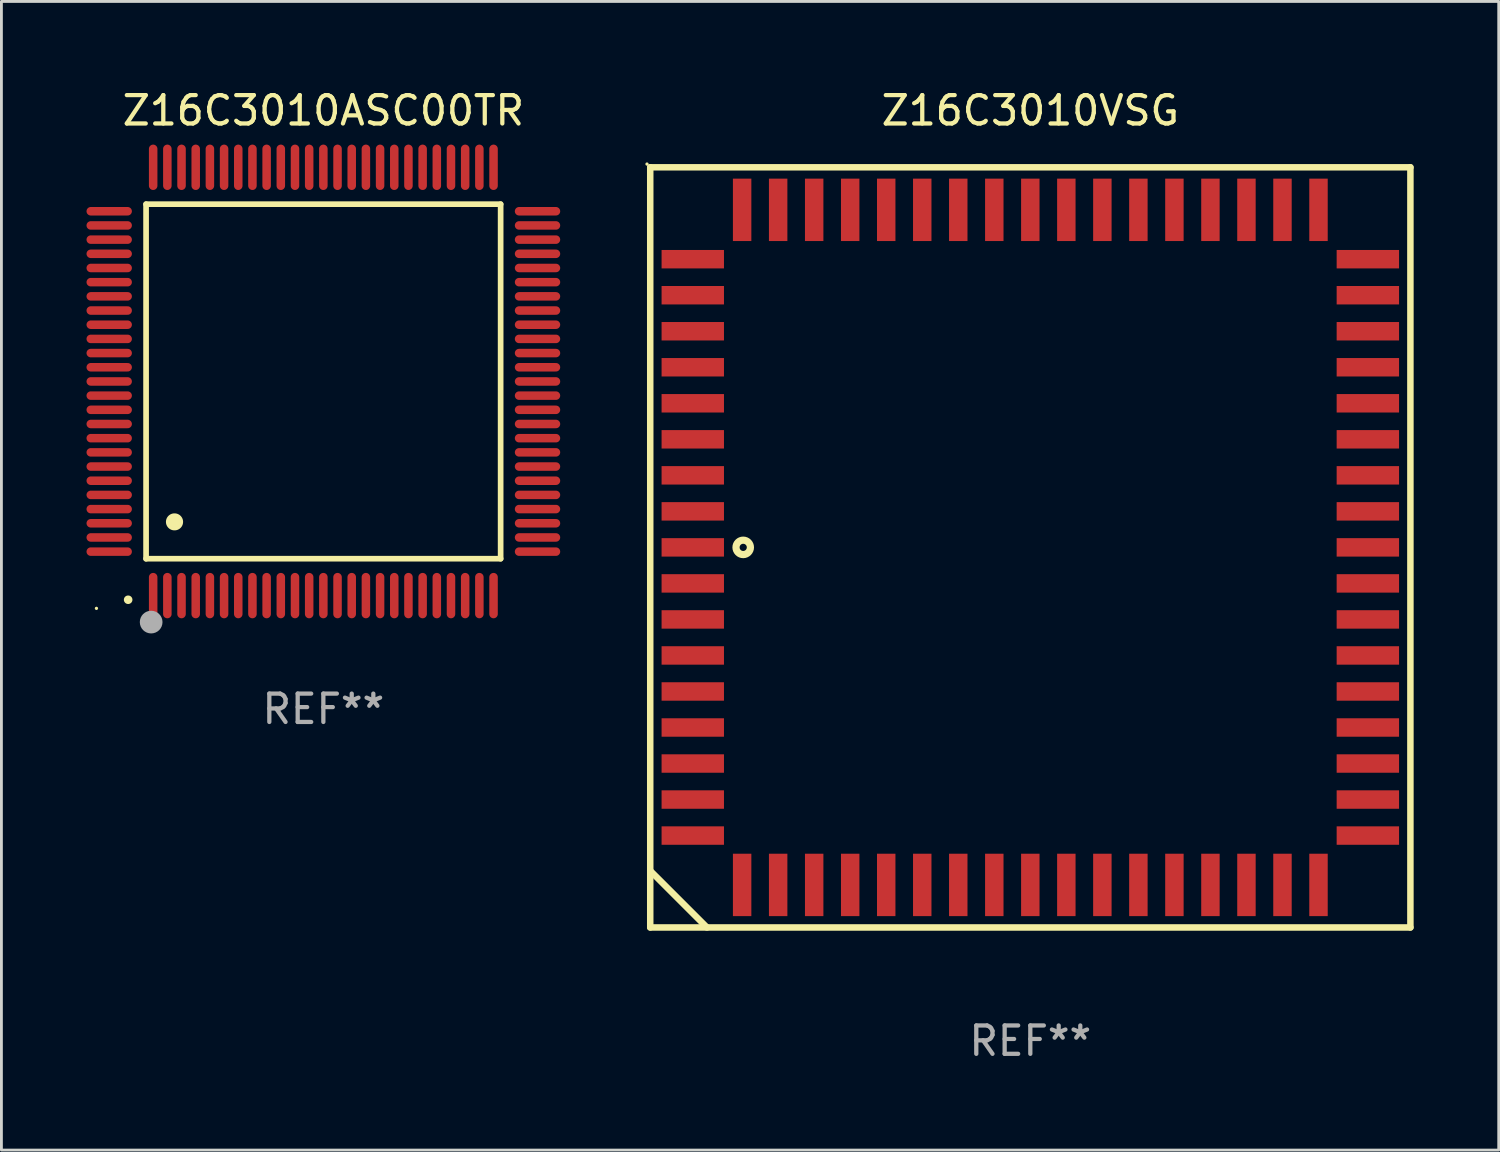
<source format=kicad_pcb>
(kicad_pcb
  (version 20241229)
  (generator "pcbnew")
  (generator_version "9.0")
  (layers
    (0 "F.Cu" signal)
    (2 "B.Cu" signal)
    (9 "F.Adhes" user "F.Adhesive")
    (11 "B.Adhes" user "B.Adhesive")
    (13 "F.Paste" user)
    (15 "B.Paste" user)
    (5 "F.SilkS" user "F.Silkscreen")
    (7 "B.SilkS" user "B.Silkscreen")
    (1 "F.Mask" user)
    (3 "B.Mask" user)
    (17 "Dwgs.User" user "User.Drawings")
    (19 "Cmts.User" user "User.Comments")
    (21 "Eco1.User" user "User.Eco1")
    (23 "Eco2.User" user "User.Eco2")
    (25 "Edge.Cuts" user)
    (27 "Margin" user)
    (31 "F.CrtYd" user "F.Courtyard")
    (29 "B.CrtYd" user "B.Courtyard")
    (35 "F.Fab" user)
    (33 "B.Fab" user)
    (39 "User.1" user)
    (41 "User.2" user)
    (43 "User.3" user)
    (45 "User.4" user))
  (footprint "Z16C3010VSG"
    (layer "F.Cu")
    (at 33.274 16.248)
    (property "Reference" "Z16C3010VSG" (at 0 -15.4 0) (layer "F.SilkS") (effects (font (size 1 1) (thickness 0.15))))
    (attr through_hole)
    (fp_line (start -13.4 -13.4) (end -13.4 13.4) (stroke (width 0.229) (type solid)) (layer "F.SilkS"))
    (fp_line (start -13.4 11.4) (end -11.4 13.4) (stroke (width 0.229) (type solid)) (layer "F.SilkS"))
    (fp_line (start -13.4 13.4) (end 13.4 13.4) (stroke (width 0.229) (type solid)) (layer "F.SilkS"))
    (fp_line (start 13.4 -13.4) (end -13.4 -13.4) (stroke (width 0.229) (type solid)) (layer "F.SilkS"))
    (fp_line (start 13.4 13.4) (end 13.4 -13.4) (stroke (width 0.229) (type solid)) (layer "F.SilkS"))
    (fp_circle (center -13.514 -13.514) (end -13.484 -13.514) (stroke (width 0.06) (type solid)) (fill no) (layer "F.SilkS"))
    (fp_circle (center -10.122 -0.000076) (end -9.868 -0.000076) (stroke (width 0.254) (type solid)) (fill no) (layer "F.SilkS"))
    (fp_text user "REF**" (at 0 17.4 0) (layer "F.Fab") (effects (font (size 1 1) (thickness 0.15))))
    (pad "1" smd rect (at -11.9 -0.000076 270) (size 0.65 2.2) (layers "F.Cu" "F.Mask" "F.Paste"))
    (pad "2" smd rect (at -11.9 1.27 270) (size 0.65 2.2) (layers "F.Cu" "F.Mask" "F.Paste"))
    (pad "3" smd rect (at -11.9 2.54 270) (size 0.65 2.2) (layers "F.Cu" "F.Mask" "F.Paste"))
    (pad "4" smd rect (at -11.9 3.81 270) (size 0.65 2.2) (layers "F.Cu" "F.Mask" "F.Paste"))
    (pad "5" smd rect (at -11.9 5.08 270) (size 0.65 2.2) (layers "F.Cu" "F.Mask" "F.Paste"))
    (pad "6" smd rect (at -11.9 6.35 270) (size 0.65 2.2) (layers "F.Cu" "F.Mask" "F.Paste"))
    (pad "7" smd rect (at -11.9 7.62 270) (size 0.65 2.2) (layers "F.Cu" "F.Mask" "F.Paste"))
    (pad "8" smd rect (at -11.9 8.89 270) (size 0.65 2.2) (layers "F.Cu" "F.Mask" "F.Paste"))
    (pad "9" smd rect (at -11.9 10.16 270) (size 0.65 2.2) (layers "F.Cu" "F.Mask" "F.Paste"))
    (pad "10" smd rect (at -10.16 11.9 270) (size 2.2 0.65) (layers "F.Cu" "F.Mask" "F.Paste"))
    (pad "11" smd rect (at -8.89 11.9 270) (size 2.2 0.65) (layers "F.Cu" "F.Mask" "F.Paste"))
    (pad "12" smd rect (at -7.62 11.9 270) (size 2.2 0.65) (layers "F.Cu" "F.Mask" "F.Paste"))
    (pad "13" smd rect (at -6.35 11.9 270) (size 2.2 0.65) (layers "F.Cu" "F.Mask" "F.Paste"))
    (pad "14" smd rect (at -5.08 11.9 270) (size 2.2 0.65) (layers "F.Cu" "F.Mask" "F.Paste"))
    (pad "15" smd rect (at -3.81 11.9 270) (size 2.2 0.65) (layers "F.Cu" "F.Mask" "F.Paste"))
    (pad "16" smd rect (at -2.54 11.9 270) (size 2.2 0.65) (layers "F.Cu" "F.Mask" "F.Paste"))
    (pad "17" smd rect (at -1.27 11.9 270) (size 2.2 0.65) (layers "F.Cu" "F.Mask" "F.Paste"))
    (pad "18" smd rect (at 0 11.9 270) (size 2.2 0.65) (layers "F.Cu" "F.Mask" "F.Paste"))
    (pad "19" smd rect (at 1.27 11.9 270) (size 2.2 0.65) (layers "F.Cu" "F.Mask" "F.Paste"))
    (pad "20" smd rect (at 2.54 11.9 270) (size 2.2 0.65) (layers "F.Cu" "F.Mask" "F.Paste"))
    (pad "21" smd rect (at 3.81 11.9 270) (size 2.2 0.65) (layers "F.Cu" "F.Mask" "F.Paste"))
    (pad "22" smd rect (at 5.08 11.9 270) (size 2.2 0.65) (layers "F.Cu" "F.Mask" "F.Paste"))
    (pad "23" smd rect (at 6.35 11.9 270) (size 2.2 0.65) (layers "F.Cu" "F.Mask" "F.Paste"))
    (pad "24" smd rect (at 7.62 11.9 270) (size 2.2 0.65) (layers "F.Cu" "F.Mask" "F.Paste"))
    (pad "25" smd rect (at 8.89 11.9 270) (size 2.2 0.65) (layers "F.Cu" "F.Mask" "F.Paste"))
    (pad "26" smd rect (at 10.16 11.9 270) (size 2.2 0.65) (layers "F.Cu" "F.Mask" "F.Paste"))
    (pad "27" smd rect (at 11.9 10.16 270) (size 0.65 2.2) (layers "F.Cu" "F.Mask" "F.Paste"))
    (pad "28" smd rect (at 11.9 8.89 270) (size 0.65 2.2) (layers "F.Cu" "F.Mask" "F.Paste"))
    (pad "29" smd rect (at 11.9 7.62 270) (size 0.65 2.2) (layers "F.Cu" "F.Mask" "F.Paste"))
    (pad "30" smd rect (at 11.9 6.35 270) (size 0.65 2.2) (layers "F.Cu" "F.Mask" "F.Paste"))
    (pad "31" smd rect (at 11.9 5.08 270) (size 0.65 2.2) (layers "F.Cu" "F.Mask" "F.Paste"))
    (pad "32" smd rect (at 11.9 3.81 270) (size 0.65 2.2) (layers "F.Cu" "F.Mask" "F.Paste"))
    (pad "33" smd rect (at 11.9 2.54 270) (size 0.65 2.2) (layers "F.Cu" "F.Mask" "F.Paste"))
    (pad "34" smd rect (at 11.9 1.27 270) (size 0.65 2.2) (layers "F.Cu" "F.Mask" "F.Paste"))
    (pad "35" smd rect (at 11.9 -0.000076 270) (size 0.65 2.2) (layers "F.Cu" "F.Mask" "F.Paste"))
    (pad "36" smd rect (at 11.9 -1.27 270) (size 0.65 2.2) (layers "F.Cu" "F.Mask" "F.Paste"))
    (pad "37" smd rect (at 11.9 -2.54 270) (size 0.65 2.2) (layers "F.Cu" "F.Mask" "F.Paste"))
    (pad "38" smd rect (at 11.9 -3.81 270) (size 0.65 2.2) (layers "F.Cu" "F.Mask" "F.Paste"))
    (pad "39" smd rect (at 11.9 -5.08 270) (size 0.65 2.2) (layers "F.Cu" "F.Mask" "F.Paste"))
    (pad "40" smd rect (at 11.9 -6.35 270) (size 0.65 2.2) (layers "F.Cu" "F.Mask" "F.Paste"))
    (pad "41" smd rect (at 11.9 -7.62 270) (size 0.65 2.2) (layers "F.Cu" "F.Mask" "F.Paste"))
    (pad "42" smd rect (at 11.9 -8.89 270) (size 0.65 2.2) (layers "F.Cu" "F.Mask" "F.Paste"))
    (pad "43" smd rect (at 11.9 -10.16 270) (size 0.65 2.2) (layers "F.Cu" "F.Mask" "F.Paste"))
    (pad "44" smd rect (at 10.16 -11.9 270) (size 2.2 0.65) (layers "F.Cu" "F.Mask" "F.Paste"))
    (pad "45" smd rect (at 8.89 -11.9 270) (size 2.2 0.65) (layers "F.Cu" "F.Mask" "F.Paste"))
    (pad "46" smd rect (at 7.62 -11.9 270) (size 2.2 0.65) (layers "F.Cu" "F.Mask" "F.Paste"))
    (pad "47" smd rect (at 6.35 -11.9 270) (size 2.2 0.65) (layers "F.Cu" "F.Mask" "F.Paste"))
    (pad "48" smd rect (at 5.08 -11.9 270) (size 2.2 0.65) (layers "F.Cu" "F.Mask" "F.Paste"))
    (pad "49" smd rect (at 3.81 -11.9 270) (size 2.2 0.65) (layers "F.Cu" "F.Mask" "F.Paste"))
    (pad "50" smd rect (at 2.54 -11.9 270) (size 2.2 0.65) (layers "F.Cu" "F.Mask" "F.Paste"))
    (pad "51" smd rect (at 1.27 -11.9 270) (size 2.2 0.65) (layers "F.Cu" "F.Mask" "F.Paste"))
    (pad "52" smd rect (at 0 -11.9 270) (size 2.2 0.65) (layers "F.Cu" "F.Mask" "F.Paste"))
    (pad "53" smd rect (at -1.27 -11.9 270) (size 2.2 0.65) (layers "F.Cu" "F.Mask" "F.Paste"))
    (pad "54" smd rect (at -2.54 -11.9 270) (size 2.2 0.65) (layers "F.Cu" "F.Mask" "F.Paste"))
    (pad "55" smd rect (at -3.81 -11.9 270) (size 2.2 0.65) (layers "F.Cu" "F.Mask" "F.Paste"))
    (pad "56" smd rect (at -5.08 -11.9 270) (size 2.2 0.65) (layers "F.Cu" "F.Mask" "F.Paste"))
    (pad "57" smd rect (at -6.35 -11.9 270) (size 2.2 0.65) (layers "F.Cu" "F.Mask" "F.Paste"))
    (pad "58" smd rect (at -7.62 -11.9 270) (size 2.2 0.65) (layers "F.Cu" "F.Mask" "F.Paste"))
    (pad "59" smd rect (at -8.89 -11.9 270) (size 2.2 0.65) (layers "F.Cu" "F.Mask" "F.Paste"))
    (pad "60" smd rect (at -10.16 -11.9 270) (size 2.2 0.65) (layers "F.Cu" "F.Mask" "F.Paste"))
    (pad "61" smd rect (at -11.9 -10.16 270) (size 0.65 2.2) (layers "F.Cu" "F.Mask" "F.Paste"))
    (pad "62" smd rect (at -11.9 -8.89 270) (size 0.65 2.2) (layers "F.Cu" "F.Mask" "F.Paste"))
    (pad "63" smd rect (at -11.9 -7.62 270) (size 0.65 2.2) (layers "F.Cu" "F.Mask" "F.Paste"))
    (pad "64" smd rect (at -11.9 -6.35 270) (size 0.65 2.2) (layers "F.Cu" "F.Mask" "F.Paste"))
    (pad "65" smd rect (at -11.9 -5.08 270) (size 0.65 2.2) (layers "F.Cu" "F.Mask" "F.Paste"))
    (pad "66" smd rect (at -11.9 -3.81 270) (size 0.65 2.2) (layers "F.Cu" "F.Mask" "F.Paste"))
    (pad "67" smd rect (at -11.9 -2.54 270) (size 0.65 2.2) (layers "F.Cu" "F.Mask" "F.Paste"))
    (pad "68" smd rect (at -11.9 -1.27 270) (size 0.65 2.2) (layers "F.Cu" "F.Mask" "F.Paste")))
  (footprint "Z16C3010ASC00TR"
    (layer "F.Cu")
    (at 8.35 10.398)
    (property "Reference" "Z16C3010ASC00TR" (at 0 -9.55 0) (layer "F.SilkS") (effects (font (size 1 1) (thickness 0.15))))
    (attr through_hole)
    (fp_line (start -6.25 -6.25) (end -6.25 6.25) (stroke (width 0.2) (type solid)) (layer "F.SilkS"))
    (fp_line (start -6.25 6.25) (end 6.25 6.25) (stroke (width 0.2) (type solid)) (layer "F.SilkS"))
    (fp_line (start 6.25 -6.25) (end -6.25 -6.25) (stroke (width 0.2) (type solid)) (layer "F.SilkS"))
    (fp_line (start 6.25 6.25) (end 6.25 -6.25) (stroke (width 0.2) (type solid)) (layer "F.SilkS"))
    (fp_arc (start -6.883414 7.696215) (mid -6.882144 7.69621) (end -6.880874 7.696215) (stroke (width 0.3) (type solid)) (layer "F.SilkS"))
    (fp_arc (start -5.250191 4.95047) (mid -5.247651 4.950459) (end -5.245111 4.95047) (stroke (width 0.6) (type solid)) (layer "F.SilkS"))
    (fp_circle (center -8 8) (end -7.97 8) (stroke (width 0.06) (type solid)) (fill no) (layer "F.SilkS"))
    (fp_circle (center -6.071 8.484) (end -5.871 8.484) (stroke (width 0.4) (type solid)) (fill no) (layer "F.Fab"))
    (fp_text user "REF**" (at 0 11.55 0) (layer "F.Fab") (effects (font (size 1 1) (thickness 0.15))))
    (pad "1" smd oval (at -6 7.55) (size 0.3 1.6) (layers "F.Cu" "F.Mask" "F.Paste"))
    (pad "2" smd oval (at -5.5 7.55) (size 0.3 1.6) (layers "F.Cu" "F.Mask" "F.Paste"))
    (pad "3" smd oval (at -5 7.55) (size 0.3 1.6) (layers "F.Cu" "F.Mask" "F.Paste"))
    (pad "4" smd oval (at -4.5 7.55) (size 0.3 1.6) (layers "F.Cu" "F.Mask" "F.Paste"))
    (pad "5" smd oval (at -4 7.55) (size 0.3 1.6) (layers "F.Cu" "F.Mask" "F.Paste"))
    (pad "6" smd oval (at -3.5 7.55) (size 0.3 1.6) (layers "F.Cu" "F.Mask" "F.Paste"))
    (pad "7" smd oval (at -3 7.55) (size 0.3 1.6) (layers "F.Cu" "F.Mask" "F.Paste"))
    (pad "8" smd oval (at -2.5 7.55) (size 0.3 1.6) (layers "F.Cu" "F.Mask" "F.Paste"))
    (pad "9" smd oval (at -2 7.55) (size 0.3 1.6) (layers "F.Cu" "F.Mask" "F.Paste"))
    (pad "10" smd oval (at -1.5 7.55) (size 0.3 1.6) (layers "F.Cu" "F.Mask" "F.Paste"))
    (pad "11" smd oval (at -1 7.55) (size 0.3 1.6) (layers "F.Cu" "F.Mask" "F.Paste"))
    (pad "12" smd oval (at -0.5 7.55) (size 0.3 1.6) (layers "F.Cu" "F.Mask" "F.Paste"))
    (pad "13" smd oval (at 0 7.55) (size 0.3 1.6) (layers "F.Cu" "F.Mask" "F.Paste"))
    (pad "14" smd oval (at 0.5 7.55) (size 0.3 1.6) (layers "F.Cu" "F.Mask" "F.Paste"))
    (pad "15" smd oval (at 1 7.55) (size 0.3 1.6) (layers "F.Cu" "F.Mask" "F.Paste"))
    (pad "16" smd oval (at 1.5 7.55) (size 0.3 1.6) (layers "F.Cu" "F.Mask" "F.Paste"))
    (pad "17" smd oval (at 2 7.55) (size 0.3 1.6) (layers "F.Cu" "F.Mask" "F.Paste"))
    (pad "18" smd oval (at 2.5 7.55) (size 0.3 1.6) (layers "F.Cu" "F.Mask" "F.Paste"))
    (pad "19" smd oval (at 3 7.55) (size 0.3 1.6) (layers "F.Cu" "F.Mask" "F.Paste"))
    (pad "20" smd oval (at 3.5 7.55) (size 0.3 1.6) (layers "F.Cu" "F.Mask" "F.Paste"))
    (pad "21" smd oval (at 4 7.55) (size 0.3 1.6) (layers "F.Cu" "F.Mask" "F.Paste"))
    (pad "22" smd oval (at 4.5 7.55) (size 0.3 1.6) (layers "F.Cu" "F.Mask" "F.Paste"))
    (pad "23" smd oval (at 5 7.55) (size 0.3 1.6) (layers "F.Cu" "F.Mask" "F.Paste"))
    (pad "24" smd oval (at 5.5 7.55) (size 0.3 1.6) (layers "F.Cu" "F.Mask" "F.Paste"))
    (pad "25" smd oval (at 6 7.55) (size 0.3 1.6) (layers "F.Cu" "F.Mask" "F.Paste"))
    (pad "26" smd oval (at 7.55 6) (size 1.6 0.3) (layers "F.Cu" "F.Mask" "F.Paste"))
    (pad "27" smd oval (at 7.55 5.5) (size 1.6 0.3) (layers "F.Cu" "F.Mask" "F.Paste"))
    (pad "28" smd oval (at 7.55 5) (size 1.6 0.3) (layers "F.Cu" "F.Mask" "F.Paste"))
    (pad "29" smd oval (at 7.55 4.5) (size 1.6 0.3) (layers "F.Cu" "F.Mask" "F.Paste"))
    (pad "30" smd oval (at 7.55 4) (size 1.6 0.3) (layers "F.Cu" "F.Mask" "F.Paste"))
    (pad "31" smd oval (at 7.55 3.5) (size 1.6 0.3) (layers "F.Cu" "F.Mask" "F.Paste"))
    (pad "32" smd oval (at 7.55 3) (size 1.6 0.3) (layers "F.Cu" "F.Mask" "F.Paste"))
    (pad "33" smd oval (at 7.55 2.5) (size 1.6 0.3) (layers "F.Cu" "F.Mask" "F.Paste"))
    (pad "34" smd oval (at 7.55 2) (size 1.6 0.3) (layers "F.Cu" "F.Mask" "F.Paste"))
    (pad "35" smd oval (at 7.55 1.5) (size 1.6 0.3) (layers "F.Cu" "F.Mask" "F.Paste"))
    (pad "36" smd oval (at 7.55 1) (size 1.6 0.3) (layers "F.Cu" "F.Mask" "F.Paste"))
    (pad "37" smd oval (at 7.55 0.5) (size 1.6 0.3) (layers "F.Cu" "F.Mask" "F.Paste"))
    (pad "38" smd oval (at 7.55 0) (size 1.6 0.3) (layers "F.Cu" "F.Mask" "F.Paste"))
    (pad "39" smd oval (at 7.55 -0.5) (size 1.6 0.3) (layers "F.Cu" "F.Mask" "F.Paste"))
    (pad "40" smd oval (at 7.55 -1) (size 1.6 0.3) (layers "F.Cu" "F.Mask" "F.Paste"))
    (pad "41" smd oval (at 7.55 -1.5) (size 1.6 0.3) (layers "F.Cu" "F.Mask" "F.Paste"))
    (pad "42" smd oval (at 7.55 -2) (size 1.6 0.3) (layers "F.Cu" "F.Mask" "F.Paste"))
    (pad "43" smd oval (at 7.55 -2.5) (size 1.6 0.3) (layers "F.Cu" "F.Mask" "F.Paste"))
    (pad "44" smd oval (at 7.55 -3) (size 1.6 0.3) (layers "F.Cu" "F.Mask" "F.Paste"))
    (pad "45" smd oval (at 7.55 -3.5) (size 1.6 0.3) (layers "F.Cu" "F.Mask" "F.Paste"))
    (pad "46" smd oval (at 7.55 -4) (size 1.6 0.3) (layers "F.Cu" "F.Mask" "F.Paste"))
    (pad "47" smd oval (at 7.55 -4.5) (size 1.6 0.3) (layers "F.Cu" "F.Mask" "F.Paste"))
    (pad "48" smd oval (at 7.55 -5) (size 1.6 0.3) (layers "F.Cu" "F.Mask" "F.Paste"))
    (pad "49" smd oval (at 7.55 -5.5) (size 1.6 0.3) (layers "F.Cu" "F.Mask" "F.Paste"))
    (pad "50" smd oval (at 7.55 -6) (size 1.6 0.3) (layers "F.Cu" "F.Mask" "F.Paste"))
    (pad "51" smd oval (at 6 -7.55) (size 0.3 1.6) (layers "F.Cu" "F.Mask" "F.Paste"))
    (pad "52" smd oval (at 5.5 -7.55) (size 0.3 1.6) (layers "F.Cu" "F.Mask" "F.Paste"))
    (pad "53" smd oval (at 5 -7.55) (size 0.3 1.6) (layers "F.Cu" "F.Mask" "F.Paste"))
    (pad "54" smd oval (at 4.5 -7.55) (size 0.3 1.6) (layers "F.Cu" "F.Mask" "F.Paste"))
    (pad "55" smd oval (at 4 -7.55) (size 0.3 1.6) (layers "F.Cu" "F.Mask" "F.Paste"))
    (pad "56" smd oval (at 3.5 -7.55) (size 0.3 1.6) (layers "F.Cu" "F.Mask" "F.Paste"))
    (pad "57" smd oval (at 3 -7.55) (size 0.3 1.6) (layers "F.Cu" "F.Mask" "F.Paste"))
    (pad "58" smd oval (at 2.5 -7.55) (size 0.3 1.6) (layers "F.Cu" "F.Mask" "F.Paste"))
    (pad "59" smd oval (at 2 -7.55) (size 0.3 1.6) (layers "F.Cu" "F.Mask" "F.Paste"))
    (pad "60" smd oval (at 1.5 -7.55) (size 0.3 1.6) (layers "F.Cu" "F.Mask" "F.Paste"))
    (pad "61" smd oval (at 1 -7.55) (size 0.3 1.6) (layers "F.Cu" "F.Mask" "F.Paste"))
    (pad "62" smd oval (at 0.5 -7.55) (size 0.3 1.6) (layers "F.Cu" "F.Mask" "F.Paste"))
    (pad "63" smd oval (at 0 -7.55) (size 0.3 1.6) (layers "F.Cu" "F.Mask" "F.Paste"))
    (pad "64" smd oval (at -0.5 -7.55) (size 0.3 1.6) (layers "F.Cu" "F.Mask" "F.Paste"))
    (pad "65" smd oval (at -1 -7.55) (size 0.3 1.6) (layers "F.Cu" "F.Mask" "F.Paste"))
    (pad "66" smd oval (at -1.5 -7.55) (size 0.3 1.6) (layers "F.Cu" "F.Mask" "F.Paste"))
    (pad "67" smd oval (at -2 -7.55) (size 0.3 1.6) (layers "F.Cu" "F.Mask" "F.Paste"))
    (pad "68" smd oval (at -2.5 -7.55) (size 0.3 1.6) (layers "F.Cu" "F.Mask" "F.Paste"))
    (pad "69" smd oval (at -3 -7.55) (size 0.3 1.6) (layers "F.Cu" "F.Mask" "F.Paste"))
    (pad "70" smd oval (at -3.5 -7.55) (size 0.3 1.6) (layers "F.Cu" "F.Mask" "F.Paste"))
    (pad "71" smd oval (at -4 -7.55) (size 0.3 1.6) (layers "F.Cu" "F.Mask" "F.Paste"))
    (pad "72" smd oval (at -4.5 -7.55) (size 0.3 1.6) (layers "F.Cu" "F.Mask" "F.Paste"))
    (pad "73" smd oval (at -5 -7.55) (size 0.3 1.6) (layers "F.Cu" "F.Mask" "F.Paste"))
    (pad "74" smd oval (at -5.5 -7.55) (size 0.3 1.6) (layers "F.Cu" "F.Mask" "F.Paste"))
    (pad "75" smd oval (at -6 -7.55) (size 0.3 1.6) (layers "F.Cu" "F.Mask" "F.Paste"))
    (pad "76" smd oval (at -7.55 -6) (size 1.6 0.3) (layers "F.Cu" "F.Mask" "F.Paste"))
    (pad "77" smd oval (at -7.55 -5.5) (size 1.6 0.3) (layers "F.Cu" "F.Mask" "F.Paste"))
    (pad "78" smd oval (at -7.55 -5) (size 1.6 0.3) (layers "F.Cu" "F.Mask" "F.Paste"))
    (pad "79" smd oval (at -7.55 -4.5) (size 1.6 0.3) (layers "F.Cu" "F.Mask" "F.Paste"))
    (pad "80" smd oval (at -7.55 -4) (size 1.6 0.3) (layers "F.Cu" "F.Mask" "F.Paste"))
    (pad "81" smd oval (at -7.55 -3.5) (size 1.6 0.3) (layers "F.Cu" "F.Mask" "F.Paste"))
    (pad "82" smd oval (at -7.55 -3) (size 1.6 0.3) (layers "F.Cu" "F.Mask" "F.Paste"))
    (pad "83" smd oval (at -7.55 -2.5) (size 1.6 0.3) (layers "F.Cu" "F.Mask" "F.Paste"))
    (pad "84" smd oval (at -7.55 -2) (size 1.6 0.3) (layers "F.Cu" "F.Mask" "F.Paste"))
    (pad "85" smd oval (at -7.55 -1.5) (size 1.6 0.3) (layers "F.Cu" "F.Mask" "F.Paste"))
    (pad "86" smd oval (at -7.55 -1) (size 1.6 0.3) (layers "F.Cu" "F.Mask" "F.Paste"))
    (pad "87" smd oval (at -7.55 -0.5) (size 1.6 0.3) (layers "F.Cu" "F.Mask" "F.Paste"))
    (pad "88" smd oval (at -7.55 0) (size 1.6 0.3) (layers "F.Cu" "F.Mask" "F.Paste"))
    (pad "89" smd oval (at -7.55 0.5) (size 1.6 0.3) (layers "F.Cu" "F.Mask" "F.Paste"))
    (pad "90" smd oval (at -7.55 1) (size 1.6 0.3) (layers "F.Cu" "F.Mask" "F.Paste"))
    (pad "91" smd oval (at -7.55 1.5) (size 1.6 0.3) (layers "F.Cu" "F.Mask" "F.Paste"))
    (pad "92" smd oval (at -7.55 2) (size 1.6 0.3) (layers "F.Cu" "F.Mask" "F.Paste"))
    (pad "93" smd oval (at -7.55 2.5) (size 1.6 0.3) (layers "F.Cu" "F.Mask" "F.Paste"))
    (pad "94" smd oval (at -7.55 3) (size 1.6 0.3) (layers "F.Cu" "F.Mask" "F.Paste"))
    (pad "95" smd oval (at -7.55 3.5) (size 1.6 0.3) (layers "F.Cu" "F.Mask" "F.Paste"))
    (pad "96" smd oval (at -7.55 4) (size 1.6 0.3) (layers "F.Cu" "F.Mask" "F.Paste"))
    (pad "97" smd oval (at -7.55 4.5) (size 1.6 0.3) (layers "F.Cu" "F.Mask" "F.Paste"))
    (pad "98" smd oval (at -7.55 5) (size 1.6 0.3) (layers "F.Cu" "F.Mask" "F.Paste"))
    (pad "99" smd oval (at -7.55 5.5) (size 1.6 0.3) (layers "F.Cu" "F.Mask" "F.Paste"))
    (pad "100" smd oval (at -7.55 6) (size 1.6 0.3) (layers "F.Cu" "F.Mask" "F.Paste")))
  (gr_rect
    (start -3 -3)
    (end 49.788 37.496)
    (stroke (width 0.1) (type default))
    (fill no)
    (layer "Edge.Cuts")))
</source>
